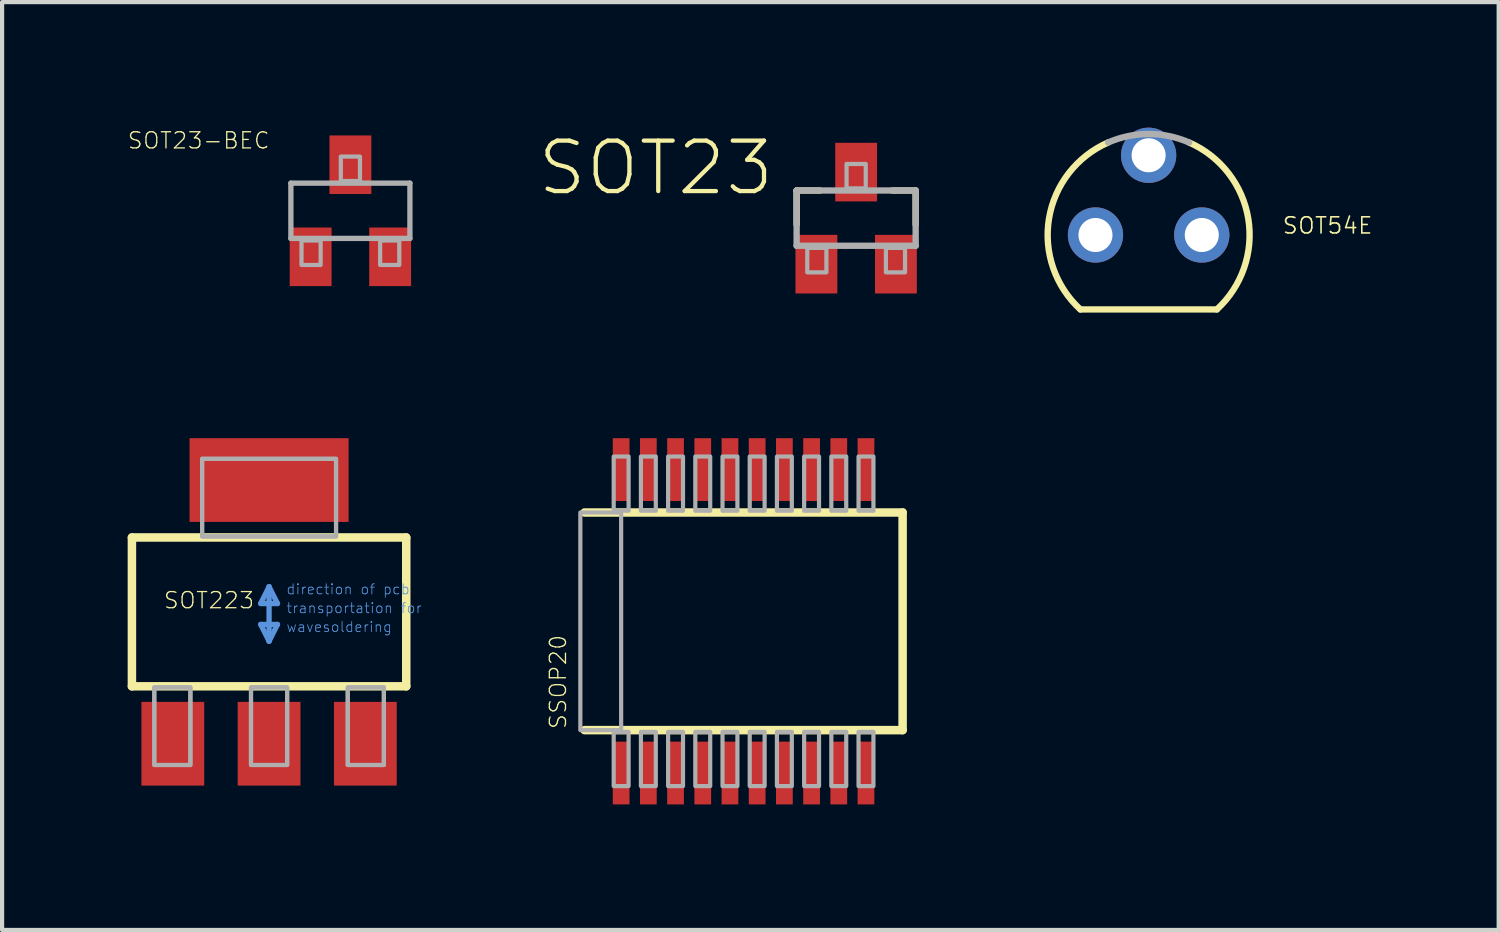
<source format=kicad_pcb>
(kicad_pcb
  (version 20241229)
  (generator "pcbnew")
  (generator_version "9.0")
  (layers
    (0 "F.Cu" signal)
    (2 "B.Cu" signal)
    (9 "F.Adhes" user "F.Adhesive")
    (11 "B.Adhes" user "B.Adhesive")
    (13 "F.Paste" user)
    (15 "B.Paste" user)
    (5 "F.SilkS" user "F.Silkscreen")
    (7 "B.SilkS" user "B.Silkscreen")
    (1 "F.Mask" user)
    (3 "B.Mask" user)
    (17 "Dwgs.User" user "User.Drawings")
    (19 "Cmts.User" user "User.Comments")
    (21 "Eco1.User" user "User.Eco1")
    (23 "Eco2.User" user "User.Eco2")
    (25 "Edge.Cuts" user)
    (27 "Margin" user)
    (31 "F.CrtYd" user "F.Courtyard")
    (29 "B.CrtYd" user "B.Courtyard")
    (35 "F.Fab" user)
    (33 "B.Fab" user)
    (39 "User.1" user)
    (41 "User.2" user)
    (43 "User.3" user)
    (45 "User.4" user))
  (footprint "SOT223"
    (layer "F.Cu")
    (at 3.379 11.57)
    (property "Reference" "SOT223" (at -2.54 -0.051 0) (layer "F.SilkS") (effects (font (size 0.386 0.386) (thickness 0.031)) (justify left bottom)))
    (attr through_hole)
    (fp_line (start -3.277 -1.778) (end 3.277 -1.778) (stroke (width 0.203) (type solid)) (layer "F.SilkS"))
    (fp_line (start -3.277 1.778) (end -3.277 -1.778) (stroke (width 0.203) (type solid)) (layer "F.SilkS"))
    (fp_line (start 3.277 -1.778) (end 3.277 1.778) (stroke (width 0.203) (type solid)) (layer "F.SilkS"))
    (fp_line (start 3.277 1.778) (end -3.277 1.778) (stroke (width 0.203) (type solid)) (layer "F.SilkS"))
    (fp_line (start -0.2 -0.2) (end 0.2 -0.2) (stroke (width 0.127) (type solid)) (layer "Cmts.User"))
    (fp_line (start -0.2 0.3) (end 0 0.7) (stroke (width 0.127) (type solid)) (layer "Cmts.User"))
    (fp_line (start 0 -0.6) (end -0.2 -0.2) (stroke (width 0.127) (type solid)) (layer "Cmts.User"))
    (fp_line (start 0 0.7) (end 0 -0.6) (stroke (width 0.127) (type solid)) (layer "Cmts.User"))
    (fp_line (start 0 0.7) (end 0.2 0.3) (stroke (width 0.127) (type solid)) (layer "Cmts.User"))
    (fp_line (start 0.2 -0.2) (end 0 -0.6) (stroke (width 0.127) (type solid)) (layer "Cmts.User"))
    (fp_line (start 0.2 0.3) (end -0.2 0.3) (stroke (width 0.127) (type solid)) (layer "Cmts.User"))
    (fp_poly (pts (xy -2.743 1.803) (xy -2.743 3.658) (xy -1.88 3.658) (xy -1.88 1.803)) (stroke (width 0.1) (type solid)) (fill no) (layer "F.Fab"))
    (fp_poly (pts (xy -2.743 1.803) (xy -2.743 3.658) (xy -1.88 3.658) (xy -1.88 1.803)) (stroke (width 0.1) (type solid)) (fill no) (layer "F.Fab"))
    (fp_poly (pts (xy -1.6 -3.658) (xy -1.6 -1.803) (xy 1.6 -1.803) (xy 1.6 -3.658)) (stroke (width 0.1) (type solid)) (fill no) (layer "F.Fab"))
    (fp_poly (pts (xy -1.6 -3.658) (xy -1.6 -1.803) (xy 1.6 -1.803) (xy 1.6 -3.658)) (stroke (width 0.1) (type solid)) (fill no) (layer "F.Fab"))
    (fp_poly (pts (xy -0.432 1.803) (xy -0.432 3.658) (xy 0.432 3.658) (xy 0.432 1.803)) (stroke (width 0.1) (type solid)) (fill no) (layer "F.Fab"))
    (fp_poly (pts (xy -0.432 1.803) (xy -0.432 3.658) (xy 0.432 3.658) (xy 0.432 1.803)) (stroke (width 0.1) (type solid)) (fill no) (layer "F.Fab"))
    (fp_poly (pts (xy 1.88 1.803) (xy 1.88 3.658) (xy 2.743 3.658) (xy 2.743 1.803)) (stroke (width 0.1) (type solid)) (fill no) (layer "F.Fab"))
    (fp_poly (pts (xy 1.88 1.803) (xy 1.88 3.658) (xy 2.743 3.658) (xy 2.743 1.803)) (stroke (width 0.1) (type solid)) (fill no) (layer "F.Fab"))
    (fp_text user "wavesoldering" (at 0.4 0.5 0) (layer "Cmts.User") (effects (font (size 0.241 0.241) (thickness 0.02)) (justify left bottom)))
    (fp_text user "direction of pcb" (at 0.4 -0.4 0) (layer "Cmts.User") (effects (font (size 0.241 0.241) (thickness 0.02)) (justify left bottom)))
    (fp_text user "transportation for" (at 0.4 0.05 0) (layer "Cmts.User") (effects (font (size 0.241 0.241) (thickness 0.02)) (justify left bottom)))
    (pad "1" smd rect (at -2.3 3.15) (size 1.5 2) (layers "F.Cu" "F.Mask" "F.Paste"))
    (pad "2" smd rect (at 0 3.15) (size 1.5 2) (layers "F.Cu" "F.Mask" "F.Paste"))
    (pad "3" smd rect (at 2.3 3.15) (size 1.5 2) (layers "F.Cu" "F.Mask" "F.Paste"))
    (pad "4" smd rect (at 0 -3.15) (size 3.8 2) (layers "F.Cu" "F.Mask" "F.Paste")))
  (footprint "SSOP20"
    (layer "F.Cu")
    (at 14.716 11.795)
    (property "Reference" "SSOP20" (at -4.206 2.6 90) (layer "F.SilkS") (effects (font (size 0.386 0.386) (thickness 0.031)) (justify left bottom)))
    (attr through_hole)
    (fp_line (start -3.8 2.6) (end 3.8 2.6) (stroke (width 0.203) (type solid)) (layer "F.SilkS"))
    (fp_line (start 3.8 -2.6) (end -3.8 -2.6) (stroke (width 0.203) (type solid)) (layer "F.SilkS"))
    (fp_line (start 3.8 2.6) (end 3.8 -2.6) (stroke (width 0.203) (type solid)) (layer "F.SilkS"))
    (fp_poly (pts (xy -3.9 2.6) (xy -2.925 2.6) (xy -2.925 -2.6) (xy -3.9 -2.6)) (stroke (width 0.1) (type solid)) (fill no) (layer "F.Fab"))
    (fp_poly (pts (xy -3.103 3.937) (xy -2.747 3.937) (xy -2.747 2.642) (xy -3.103 2.642)) (stroke (width 0.1) (type solid)) (fill no) (layer "F.Fab"))
    (fp_poly (pts (xy -3.103 -2.642) (xy -2.747 -2.642) (xy -2.747 -3.937) (xy -3.103 -3.937)) (stroke (width 0.1) (type solid)) (fill no) (layer "F.Fab"))
    (fp_poly (pts (xy -2.453 3.937) (xy -2.097 3.937) (xy -2.097 2.642) (xy -2.453 2.642)) (stroke (width 0.1) (type solid)) (fill no) (layer "F.Fab"))
    (fp_poly (pts (xy -2.453 -2.642) (xy -2.097 -2.642) (xy -2.097 -3.937) (xy -2.453 -3.937)) (stroke (width 0.1) (type solid)) (fill no) (layer "F.Fab"))
    (fp_poly (pts (xy -1.803 3.937) (xy -1.447 3.937) (xy -1.447 2.642) (xy -1.803 2.642)) (stroke (width 0.1) (type solid)) (fill no) (layer "F.Fab"))
    (fp_poly (pts (xy -1.803 -2.642) (xy -1.447 -2.642) (xy -1.447 -3.937) (xy -1.803 -3.937)) (stroke (width 0.1) (type solid)) (fill no) (layer "F.Fab"))
    (fp_poly (pts (xy -1.153 3.937) (xy -0.797 3.937) (xy -0.797 2.642) (xy -1.153 2.642)) (stroke (width 0.1) (type solid)) (fill no) (layer "F.Fab"))
    (fp_poly (pts (xy -1.153 -2.642) (xy -0.797 -2.642) (xy -0.797 -3.937) (xy -1.153 -3.937)) (stroke (width 0.1) (type solid)) (fill no) (layer "F.Fab"))
    (fp_poly (pts (xy -0.503 3.937) (xy -0.147 3.937) (xy -0.147 2.642) (xy -0.503 2.642)) (stroke (width 0.1) (type solid)) (fill no) (layer "F.Fab"))
    (fp_poly (pts (xy -0.503 -2.642) (xy -0.147 -2.642) (xy -0.147 -3.937) (xy -0.503 -3.937)) (stroke (width 0.1) (type solid)) (fill no) (layer "F.Fab"))
    (fp_poly (pts (xy 0.147 3.937) (xy 0.503 3.937) (xy 0.503 2.642) (xy 0.147 2.642)) (stroke (width 0.1) (type solid)) (fill no) (layer "F.Fab"))
    (fp_poly (pts (xy 0.147 -2.642) (xy 0.503 -2.642) (xy 0.503 -3.937) (xy 0.147 -3.937)) (stroke (width 0.1) (type solid)) (fill no) (layer "F.Fab"))
    (fp_poly (pts (xy 0.797 3.937) (xy 1.153 3.937) (xy 1.153 2.642) (xy 0.797 2.642)) (stroke (width 0.1) (type solid)) (fill no) (layer "F.Fab"))
    (fp_poly (pts (xy 0.797 -2.642) (xy 1.153 -2.642) (xy 1.153 -3.937) (xy 0.797 -3.937)) (stroke (width 0.1) (type solid)) (fill no) (layer "F.Fab"))
    (fp_poly (pts (xy 1.447 -2.642) (xy 1.803 -2.642) (xy 1.803 -3.937) (xy 1.447 -3.937)) (stroke (width 0.1) (type solid)) (fill no) (layer "F.Fab"))
    (fp_poly (pts (xy 1.447 3.937) (xy 1.803 3.937) (xy 1.803 2.642) (xy 1.447 2.642)) (stroke (width 0.1) (type solid)) (fill no) (layer "F.Fab"))
    (fp_poly (pts (xy 2.097 -2.642) (xy 2.453 -2.642) (xy 2.453 -3.937) (xy 2.097 -3.937)) (stroke (width 0.1) (type solid)) (fill no) (layer "F.Fab"))
    (fp_poly (pts (xy 2.097 3.937) (xy 2.453 3.937) (xy 2.453 2.642) (xy 2.097 2.642)) (stroke (width 0.1) (type solid)) (fill no) (layer "F.Fab"))
    (fp_poly (pts (xy 2.747 -2.642) (xy 3.103 -2.642) (xy 3.103 -3.937) (xy 2.747 -3.937)) (stroke (width 0.1) (type solid)) (fill no) (layer "F.Fab"))
    (fp_poly (pts (xy 2.747 3.937) (xy 3.103 3.937) (xy 3.103 2.642) (xy 2.747 2.642)) (stroke (width 0.1) (type solid)) (fill no) (layer "F.Fab"))
    (pad "1" smd rect (at -2.925 3.625) (size 0.4 1.5) (layers "F.Cu" "F.Mask" "F.Paste"))
    (pad "2" smd rect (at -2.275 3.625) (size 0.4 1.5) (layers "F.Cu" "F.Mask" "F.Paste"))
    (pad "3" smd rect (at -1.625 3.625) (size 0.4 1.5) (layers "F.Cu" "F.Mask" "F.Paste"))
    (pad "4" smd rect (at -0.975 3.625) (size 0.4 1.5) (layers "F.Cu" "F.Mask" "F.Paste"))
    (pad "5" smd rect (at -0.325 3.625) (size 0.4 1.5) (layers "F.Cu" "F.Mask" "F.Paste"))
    (pad "6" smd rect (at 0.325 3.625) (size 0.4 1.5) (layers "F.Cu" "F.Mask" "F.Paste"))
    (pad "7" smd rect (at 0.975 3.625) (size 0.4 1.5) (layers "F.Cu" "F.Mask" "F.Paste"))
    (pad "8" smd rect (at 1.625 3.625) (size 0.4 1.5) (layers "F.Cu" "F.Mask" "F.Paste"))
    (pad "9" smd rect (at 2.275 3.625) (size 0.4 1.5) (layers "F.Cu" "F.Mask" "F.Paste"))
    (pad "10" smd rect (at 2.925 3.625) (size 0.4 1.5) (layers "F.Cu" "F.Mask" "F.Paste"))
    (pad "11" smd rect (at 2.925 -3.625) (size 0.4 1.5) (layers "F.Cu" "F.Mask" "F.Paste"))
    (pad "12" smd rect (at 2.275 -3.625) (size 0.4 1.5) (layers "F.Cu" "F.Mask" "F.Paste"))
    (pad "13" smd rect (at 1.625 -3.625) (size 0.4 1.5) (layers "F.Cu" "F.Mask" "F.Paste"))
    (pad "14" smd rect (at 0.975 -3.625) (size 0.4 1.5) (layers "F.Cu" "F.Mask" "F.Paste"))
    (pad "15" smd rect (at 0.325 -3.625) (size 0.4 1.5) (layers "F.Cu" "F.Mask" "F.Paste"))
    (pad "16" smd rect (at -0.325 -3.625) (size 0.4 1.5) (layers "F.Cu" "F.Mask" "F.Paste"))
    (pad "17" smd rect (at -0.975 -3.625) (size 0.4 1.5) (layers "F.Cu" "F.Mask" "F.Paste"))
    (pad "18" smd rect (at -1.625 -3.625) (size 0.4 1.5) (layers "F.Cu" "F.Mask" "F.Paste"))
    (pad "19" smd rect (at -2.275 -3.625) (size 0.4 1.5) (layers "F.Cu" "F.Mask" "F.Paste"))
    (pad "20" smd rect (at -2.925 -3.625) (size 0.4 1.5) (layers "F.Cu" "F.Mask" "F.Paste")))
  (footprint "SOT54E"
    (layer "F.Cu")
    (at 24.394 2.565)
    (property "Reference" "SOT54E" (at 3.175 0 0) (layer "F.SilkS") (effects (font (size 0.386 0.386) (thickness 0.039)) (justify left bottom)))
    (attr through_hole)
    (fp_line (start -1.631 1.778) (end 1.631 1.778) (stroke (width 0.152) (type solid)) (layer "F.SilkS"))
    (fp_arc (start -1.631 1.778) (mid -2.380095 -0.395238) (end -0.9689 -2.209799) (stroke (width 0.1524) (type solid)) (layer "F.SilkS"))
    (fp_arc (start 0.9689 -2.2098) (mid 2.380095 -0.395238) (end 1.631001 1.778) (stroke (width 0.1524) (type solid)) (layer "F.SilkS"))
    (fp_arc (start -0.9692 -2.2098) (mid 0 -2.412999) (end 0.969199 -2.2098) (stroke (width 0.1524) (type solid)) (layer "F.Fab"))
    (pad "D" thru_hole circle (at -1.27 0) (size 1.321 1.321) (drill 0.813) (layers "*.Cu" "*.Mask"))
    (pad "G" thru_hole circle (at 0 -1.905) (size 1.321 1.321) (drill 0.813) (layers "*.Cu" "*.Mask"))
    (pad "S" thru_hole circle (at 1.27 0) (size 1.321 1.321) (drill 0.813) (layers "*.Cu" "*.Mask")))
  (footprint "SOT23-BEC"
    (layer "F.Cu")
    (at 5.322 1.986)
    (property "Reference" "SOT23-BEC" (at -1.905 -1.905 180) (layer "F.SilkS") (effects (font (size 0.386 0.386) (thickness 0.031)) (justify right top)))
    (attr through_hole)
    (fp_line (start -1.422 -0.66) (end 1.422 -0.66) (stroke (width 0.127) (type solid)) (layer "F.Fab"))
    (fp_line (start -1.422 0.66) (end -1.422 -0.66) (stroke (width 0.127) (type solid)) (layer "F.Fab"))
    (fp_line (start 1.422 -0.66) (end 1.422 0.66) (stroke (width 0.127) (type solid)) (layer "F.Fab"))
    (fp_line (start 1.422 0.66) (end -1.422 0.66) (stroke (width 0.127) (type solid)) (layer "F.Fab"))
    (fp_poly (pts (xy -1.168 1.295) (xy -0.711 1.295) (xy -0.711 0.711) (xy -1.168 0.711)) (stroke (width 0.1) (type solid)) (fill no) (layer "F.Fab"))
    (fp_poly (pts (xy -0.229 -0.711) (xy 0.229 -0.711) (xy 0.229 -1.295) (xy -0.229 -1.295)) (stroke (width 0.1) (type solid)) (fill no) (layer "F.Fab"))
    (fp_poly (pts (xy 0.711 1.295) (xy 1.168 1.295) (xy 1.168 0.711) (xy 0.711 0.711)) (stroke (width 0.1) (type solid)) (fill no) (layer "F.Fab"))
    (pad "B" smd rect (at -0.95 1.1) (size 1 1.4) (layers "F.Cu" "F.Mask" "F.Paste"))
    (pad "C" smd rect (at 0 -1.1) (size 1 1.4) (layers "F.Cu" "F.Mask" "F.Paste"))
    (pad "E" smd rect (at 0.95 1.1) (size 1 1.4) (layers "F.Cu" "F.Mask" "F.Paste")))
  (footprint "SOT23"
    (layer "F.Cu")
    (at 17.406 2.162)
    (property "Reference" "SOT23" (at -1.905 -1.905 0) (layer "F.SilkS") (effects (font (size 1.206 1.206) (thickness 0.102)) (justify right top)))
    (attr through_hole)
    (fp_line (start -1.422 -0.66) (end -0.864 -0.66) (stroke (width 0.152) (type solid)) (layer "F.SilkS"))
    (fp_line (start -1.422 0.152) (end -1.422 -0.66) (stroke (width 0.152) (type solid)) (layer "F.SilkS"))
    (fp_line (start 0.864 -0.66) (end 1.422 -0.66) (stroke (width 0.152) (type solid)) (layer "F.SilkS"))
    (fp_line (start 1.422 -0.66) (end 1.422 0.152) (stroke (width 0.152) (type solid)) (layer "F.SilkS"))
    (fp_line (start -1.422 -0.66) (end 1.422 -0.66) (stroke (width 0.152) (type solid)) (layer "F.Fab"))
    (fp_line (start -1.422 0.66) (end -1.422 -0.66) (stroke (width 0.152) (type solid)) (layer "F.Fab"))
    (fp_line (start 1.422 -0.66) (end 1.422 0.66) (stroke (width 0.152) (type solid)) (layer "F.Fab"))
    (fp_line (start 1.422 0.66) (end -1.422 0.66) (stroke (width 0.152) (type solid)) (layer "F.Fab"))
    (fp_poly (pts (xy -1.168 1.295) (xy -0.711 1.295) (xy -0.711 0.711) (xy -1.168 0.711)) (stroke (width 0.1) (type solid)) (fill no) (layer "F.Fab"))
    (fp_poly (pts (xy -0.229 -0.711) (xy 0.229 -0.711) (xy 0.229 -1.295) (xy -0.229 -1.295)) (stroke (width 0.1) (type solid)) (fill no) (layer "F.Fab"))
    (fp_poly (pts (xy 0.711 1.295) (xy 1.168 1.295) (xy 1.168 0.711) (xy 0.711 0.711)) (stroke (width 0.1) (type solid)) (fill no) (layer "F.Fab"))
    (pad "1" smd rect (at -0.95 1.1) (size 1 1.4) (layers "F.Cu" "F.Mask" "F.Paste"))
    (pad "2" smd rect (at 0.95 1.1) (size 1 1.4) (layers "F.Cu" "F.Mask" "F.Paste"))
    (pad "3" smd rect (at 0 -1.1) (size 1 1.4) (layers "F.Cu" "F.Mask" "F.Paste")))
  (gr_rect
    (start -3 -3)
    (end 32.758 19.17)
    (stroke (width 0.1) (type default))
    (fill no)
    (layer "Edge.Cuts")))
</source>
